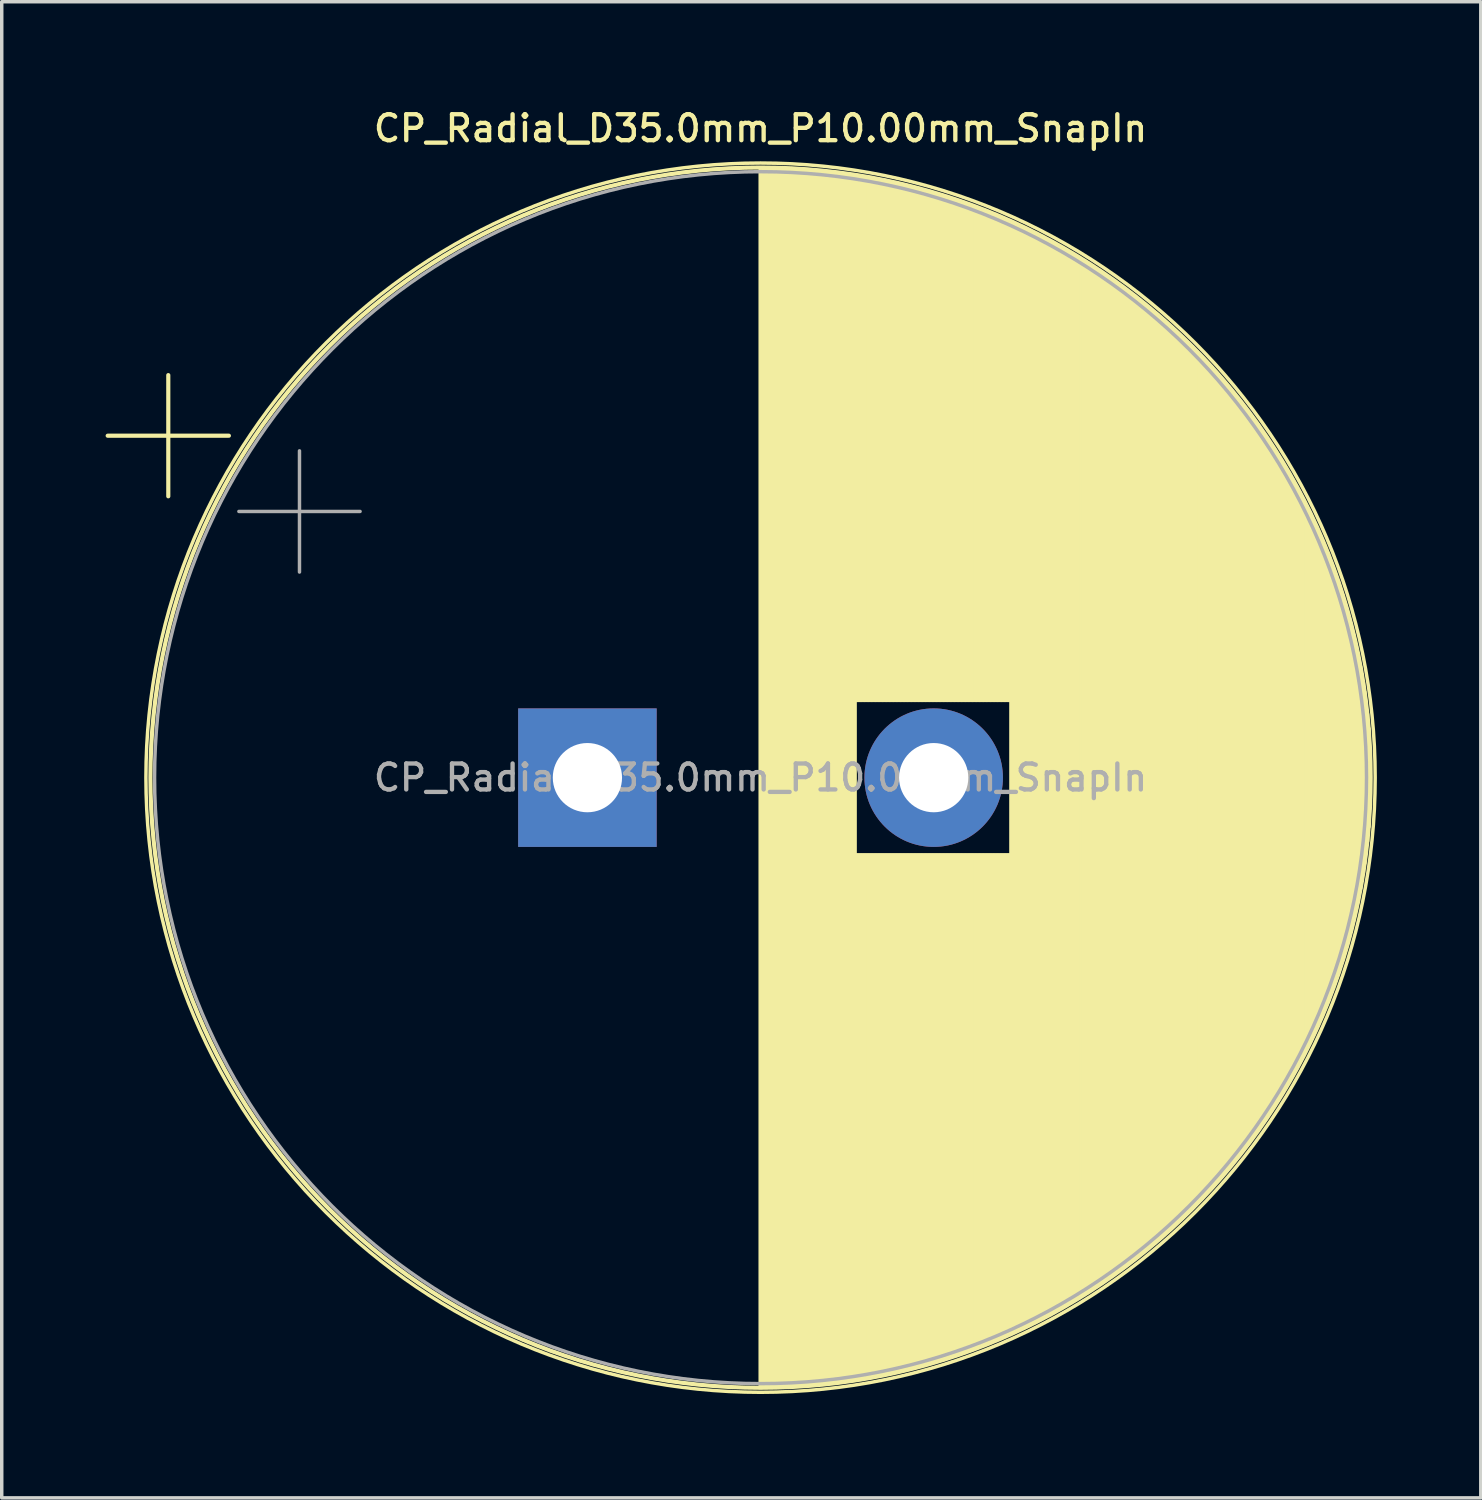
<source format=kicad_pcb>
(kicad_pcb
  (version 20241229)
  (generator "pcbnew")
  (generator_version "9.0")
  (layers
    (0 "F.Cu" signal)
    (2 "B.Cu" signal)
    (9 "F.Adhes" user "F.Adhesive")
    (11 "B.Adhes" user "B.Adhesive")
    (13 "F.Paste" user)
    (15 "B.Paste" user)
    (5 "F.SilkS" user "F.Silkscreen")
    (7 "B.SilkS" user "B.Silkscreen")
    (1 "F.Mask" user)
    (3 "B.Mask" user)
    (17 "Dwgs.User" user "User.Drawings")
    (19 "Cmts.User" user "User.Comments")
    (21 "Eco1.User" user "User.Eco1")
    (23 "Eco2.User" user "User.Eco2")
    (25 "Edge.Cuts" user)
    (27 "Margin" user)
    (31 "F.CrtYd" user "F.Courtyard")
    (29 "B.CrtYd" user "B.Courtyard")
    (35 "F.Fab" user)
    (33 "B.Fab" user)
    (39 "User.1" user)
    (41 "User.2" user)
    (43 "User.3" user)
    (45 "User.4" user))
  (footprint "CP_Radial_D35.0mm_P10.00mm_SnapIn"
    (layer "F.Cu")
    (at 13.914 19.408)
    (property "Reference" "CP_Radial_D35.0mm_P10.00mm_SnapIn" (at 5 -18.75 0) (layer "F.SilkS") (effects (font (size 0.75 0.75) (thickness 0.125))))
    (attr through_hole)
    (fp_line (start -13.854 -9.875) (end -10.354 -9.875) (stroke (width 0.12) (type solid)) (layer "F.SilkS"))
    (fp_line (start -12.104 -11.625) (end -12.104 -8.125) (stroke (width 0.12) (type solid)) (layer "F.SilkS"))
    (fp_line (start 5 -17.58) (end 5 17.58) (stroke (width 0.12) (type solid)) (layer "F.SilkS"))
    (fp_line (start 5.04 -17.58) (end 5.04 17.58) (stroke (width 0.12) (type solid)) (layer "F.SilkS"))
    (fp_line (start 5.08 -17.58) (end 5.08 17.58) (stroke (width 0.12) (type solid)) (layer "F.SilkS"))
    (fp_line (start 5.12 -17.58) (end 5.12 17.58) (stroke (width 0.12) (type solid)) (layer "F.SilkS"))
    (fp_line (start 5.16 -17.58) (end 5.16 17.58) (stroke (width 0.12) (type solid)) (layer "F.SilkS"))
    (fp_line (start 5.2 -17.579) (end 5.2 17.579) (stroke (width 0.12) (type solid)) (layer "F.SilkS"))
    (fp_line (start 5.24 -17.579) (end 5.24 17.579) (stroke (width 0.12) (type solid)) (layer "F.SilkS"))
    (fp_line (start 5.28 -17.578) (end 5.28 17.578) (stroke (width 0.12) (type solid)) (layer "F.SilkS"))
    (fp_line (start 5.32 -17.578) (end 5.32 17.578) (stroke (width 0.12) (type solid)) (layer "F.SilkS"))
    (fp_line (start 5.36 -17.577) (end 5.36 17.577) (stroke (width 0.12) (type solid)) (layer "F.SilkS"))
    (fp_line (start 5.4 -17.576) (end 5.4 17.576) (stroke (width 0.12) (type solid)) (layer "F.SilkS"))
    (fp_line (start 5.44 -17.575) (end 5.44 17.575) (stroke (width 0.12) (type solid)) (layer "F.SilkS"))
    (fp_line (start 5.48 -17.574) (end 5.48 17.574) (stroke (width 0.12) (type solid)) (layer "F.SilkS"))
    (fp_line (start 5.52 -17.573) (end 5.52 17.573) (stroke (width 0.12) (type solid)) (layer "F.SilkS"))
    (fp_line (start 5.56 -17.572) (end 5.56 17.572) (stroke (width 0.12) (type solid)) (layer "F.SilkS"))
    (fp_line (start 5.6 -17.57) (end 5.6 17.57) (stroke (width 0.12) (type solid)) (layer "F.SilkS"))
    (fp_line (start 5.64 -17.569) (end 5.64 17.569) (stroke (width 0.12) (type solid)) (layer "F.SilkS"))
    (fp_line (start 5.68 -17.567) (end 5.68 17.567) (stroke (width 0.12) (type solid)) (layer "F.SilkS"))
    (fp_line (start 5.721 -17.566) (end 5.721 17.566) (stroke (width 0.12) (type solid)) (layer "F.SilkS"))
    (fp_line (start 5.761 -17.564) (end 5.761 17.564) (stroke (width 0.12) (type solid)) (layer "F.SilkS"))
    (fp_line (start 5.801 -17.562) (end 5.801 17.562) (stroke (width 0.12) (type solid)) (layer "F.SilkS"))
    (fp_line (start 5.841 -17.56) (end 5.841 17.56) (stroke (width 0.12) (type solid)) (layer "F.SilkS"))
    (fp_line (start 5.881 -17.559) (end 5.881 17.559) (stroke (width 0.12) (type solid)) (layer "F.SilkS"))
    (fp_line (start 5.921 -17.556) (end 5.921 17.556) (stroke (width 0.12) (type solid)) (layer "F.SilkS"))
    (fp_line (start 5.961 -17.554) (end 5.961 17.554) (stroke (width 0.12) (type solid)) (layer "F.SilkS"))
    (fp_line (start 6.001 -17.552) (end 6.001 17.552) (stroke (width 0.12) (type solid)) (layer "F.SilkS"))
    (fp_line (start 6.041 -17.55) (end 6.041 17.55) (stroke (width 0.12) (type solid)) (layer "F.SilkS"))
    (fp_line (start 6.081 -17.547) (end 6.081 17.547) (stroke (width 0.12) (type solid)) (layer "F.SilkS"))
    (fp_line (start 6.121 -17.545) (end 6.121 17.545) (stroke (width 0.12) (type solid)) (layer "F.SilkS"))
    (fp_line (start 6.161 -17.542) (end 6.161 17.542) (stroke (width 0.12) (type solid)) (layer "F.SilkS"))
    (fp_line (start 6.201 -17.54) (end 6.201 17.54) (stroke (width 0.12) (type solid)) (layer "F.SilkS"))
    (fp_line (start 6.241 -17.537) (end 6.241 17.537) (stroke (width 0.12) (type solid)) (layer "F.SilkS"))
    (fp_line (start 6.281 -17.534) (end 6.281 17.534) (stroke (width 0.12) (type solid)) (layer "F.SilkS"))
    (fp_line (start 6.321 -17.531) (end 6.321 17.531) (stroke (width 0.12) (type solid)) (layer "F.SilkS"))
    (fp_line (start 6.361 -17.528) (end 6.361 17.528) (stroke (width 0.12) (type solid)) (layer "F.SilkS"))
    (fp_line (start 6.401 -17.525) (end 6.401 17.525) (stroke (width 0.12) (type solid)) (layer "F.SilkS"))
    (fp_line (start 6.441 -17.522) (end 6.441 17.522) (stroke (width 0.12) (type solid)) (layer "F.SilkS"))
    (fp_line (start 6.481 -17.518) (end 6.481 17.518) (stroke (width 0.12) (type solid)) (layer "F.SilkS"))
    (fp_line (start 6.521 -17.515) (end 6.521 17.515) (stroke (width 0.12) (type solid)) (layer "F.SilkS"))
    (fp_line (start 6.561 -17.511) (end 6.561 17.511) (stroke (width 0.12) (type solid)) (layer "F.SilkS"))
    (fp_line (start 6.601 -17.508) (end 6.601 17.508) (stroke (width 0.12) (type solid)) (layer "F.SilkS"))
    (fp_line (start 6.641 -17.504) (end 6.641 17.504) (stroke (width 0.12) (type solid)) (layer "F.SilkS"))
    (fp_line (start 6.681 -17.5) (end 6.681 17.5) (stroke (width 0.12) (type solid)) (layer "F.SilkS"))
    (fp_line (start 6.721 -17.496) (end 6.721 17.496) (stroke (width 0.12) (type solid)) (layer "F.SilkS"))
    (fp_line (start 6.761 -17.492) (end 6.761 17.492) (stroke (width 0.12) (type solid)) (layer "F.SilkS"))
    (fp_line (start 6.801 -17.488) (end 6.801 17.488) (stroke (width 0.12) (type solid)) (layer "F.SilkS"))
    (fp_line (start 6.841 -17.484) (end 6.841 17.484) (stroke (width 0.12) (type solid)) (layer "F.SilkS"))
    (fp_line (start 6.881 -17.48) (end 6.881 17.48) (stroke (width 0.12) (type solid)) (layer "F.SilkS"))
    (fp_line (start 6.921 -17.476) (end 6.921 17.476) (stroke (width 0.12) (type solid)) (layer "F.SilkS"))
    (fp_line (start 6.961 -17.471) (end 6.961 17.471) (stroke (width 0.12) (type solid)) (layer "F.SilkS"))
    (fp_line (start 7.001 -17.467) (end 7.001 17.467) (stroke (width 0.12) (type solid)) (layer "F.SilkS"))
    (fp_line (start 7.041 -17.462) (end 7.041 17.462) (stroke (width 0.12) (type solid)) (layer "F.SilkS"))
    (fp_line (start 7.081 -17.457) (end 7.081 17.457) (stroke (width 0.12) (type solid)) (layer "F.SilkS"))
    (fp_line (start 7.121 -17.452) (end 7.121 17.452) (stroke (width 0.12) (type solid)) (layer "F.SilkS"))
    (fp_line (start 7.161 -17.448) (end 7.161 17.448) (stroke (width 0.12) (type solid)) (layer "F.SilkS"))
    (fp_line (start 7.201 -17.443) (end 7.201 17.443) (stroke (width 0.12) (type solid)) (layer "F.SilkS"))
    (fp_line (start 7.241 -17.438) (end 7.241 17.438) (stroke (width 0.12) (type solid)) (layer "F.SilkS"))
    (fp_line (start 7.281 -17.432) (end 7.281 17.432) (stroke (width 0.12) (type solid)) (layer "F.SilkS"))
    (fp_line (start 7.321 -17.427) (end 7.321 17.427) (stroke (width 0.12) (type solid)) (layer "F.SilkS"))
    (fp_line (start 7.361 -17.422) (end 7.361 17.422) (stroke (width 0.12) (type solid)) (layer "F.SilkS"))
    (fp_line (start 7.401 -17.416) (end 7.401 17.416) (stroke (width 0.12) (type solid)) (layer "F.SilkS"))
    (fp_line (start 7.441 -17.411) (end 7.441 17.411) (stroke (width 0.12) (type solid)) (layer "F.SilkS"))
    (fp_line (start 7.481 -17.405) (end 7.481 17.405) (stroke (width 0.12) (type solid)) (layer "F.SilkS"))
    (fp_line (start 7.521 -17.399) (end 7.521 17.399) (stroke (width 0.12) (type solid)) (layer "F.SilkS"))
    (fp_line (start 7.561 -17.394) (end 7.561 17.394) (stroke (width 0.12) (type solid)) (layer "F.SilkS"))
    (fp_line (start 7.601 -17.388) (end 7.601 17.388) (stroke (width 0.12) (type solid)) (layer "F.SilkS"))
    (fp_line (start 7.641 -17.382) (end 7.641 17.382) (stroke (width 0.12) (type solid)) (layer "F.SilkS"))
    (fp_line (start 7.681 -17.375) (end 7.681 17.375) (stroke (width 0.12) (type solid)) (layer "F.SilkS"))
    (fp_line (start 7.721 -17.369) (end 7.721 17.369) (stroke (width 0.12) (type solid)) (layer "F.SilkS"))
    (fp_line (start 7.761 -17.363) (end 7.761 -2.24) (stroke (width 0.12) (type solid)) (layer "F.SilkS"))
    (fp_line (start 7.761 2.24) (end 7.761 17.363) (stroke (width 0.12) (type solid)) (layer "F.SilkS"))
    (fp_line (start 7.801 -17.357) (end 7.801 -2.24) (stroke (width 0.12) (type solid)) (layer "F.SilkS"))
    (fp_line (start 7.801 2.24) (end 7.801 17.357) (stroke (width 0.12) (type solid)) (layer "F.SilkS"))
    (fp_line (start 7.841 -17.35) (end 7.841 -2.24) (stroke (width 0.12) (type solid)) (layer "F.SilkS"))
    (fp_line (start 7.841 2.24) (end 7.841 17.35) (stroke (width 0.12) (type solid)) (layer "F.SilkS"))
    (fp_line (start 7.881 -17.344) (end 7.881 -2.24) (stroke (width 0.12) (type solid)) (layer "F.SilkS"))
    (fp_line (start 7.881 2.24) (end 7.881 17.344) (stroke (width 0.12) (type solid)) (layer "F.SilkS"))
    (fp_line (start 7.921 -17.337) (end 7.921 -2.24) (stroke (width 0.12) (type solid)) (layer "F.SilkS"))
    (fp_line (start 7.921 2.24) (end 7.921 17.337) (stroke (width 0.12) (type solid)) (layer "F.SilkS"))
    (fp_line (start 7.961 -17.33) (end 7.961 -2.24) (stroke (width 0.12) (type solid)) (layer "F.SilkS"))
    (fp_line (start 7.961 2.24) (end 7.961 17.33) (stroke (width 0.12) (type solid)) (layer "F.SilkS"))
    (fp_line (start 8.001 -17.323) (end 8.001 -2.24) (stroke (width 0.12) (type solid)) (layer "F.SilkS"))
    (fp_line (start 8.001 2.24) (end 8.001 17.323) (stroke (width 0.12) (type solid)) (layer "F.SilkS"))
    (fp_line (start 8.041 -17.316) (end 8.041 -2.24) (stroke (width 0.12) (type solid)) (layer "F.SilkS"))
    (fp_line (start 8.041 2.24) (end 8.041 17.316) (stroke (width 0.12) (type solid)) (layer "F.SilkS"))
    (fp_line (start 8.081 -17.309) (end 8.081 -2.24) (stroke (width 0.12) (type solid)) (layer "F.SilkS"))
    (fp_line (start 8.081 2.24) (end 8.081 17.309) (stroke (width 0.12) (type solid)) (layer "F.SilkS"))
    (fp_line (start 8.121 -17.302) (end 8.121 -2.24) (stroke (width 0.12) (type solid)) (layer "F.SilkS"))
    (fp_line (start 8.121 2.24) (end 8.121 17.302) (stroke (width 0.12) (type solid)) (layer "F.SilkS"))
    (fp_line (start 8.161 -17.295) (end 8.161 -2.24) (stroke (width 0.12) (type solid)) (layer "F.SilkS"))
    (fp_line (start 8.161 2.24) (end 8.161 17.295) (stroke (width 0.12) (type solid)) (layer "F.SilkS"))
    (fp_line (start 8.201 -17.287) (end 8.201 -2.24) (stroke (width 0.12) (type solid)) (layer "F.SilkS"))
    (fp_line (start 8.201 2.24) (end 8.201 17.287) (stroke (width 0.12) (type solid)) (layer "F.SilkS"))
    (fp_line (start 8.241 -17.28) (end 8.241 -2.24) (stroke (width 0.12) (type solid)) (layer "F.SilkS"))
    (fp_line (start 8.241 2.24) (end 8.241 17.28) (stroke (width 0.12) (type solid)) (layer "F.SilkS"))
    (fp_line (start 8.281 -17.273) (end 8.281 -2.24) (stroke (width 0.12) (type solid)) (layer "F.SilkS"))
    (fp_line (start 8.281 2.24) (end 8.281 17.273) (stroke (width 0.12) (type solid)) (layer "F.SilkS"))
    (fp_line (start 8.321 -17.265) (end 8.321 -2.24) (stroke (width 0.12) (type solid)) (layer "F.SilkS"))
    (fp_line (start 8.321 2.24) (end 8.321 17.265) (stroke (width 0.12) (type solid)) (layer "F.SilkS"))
    (fp_line (start 8.361 -17.257) (end 8.361 -2.24) (stroke (width 0.12) (type solid)) (layer "F.SilkS"))
    (fp_line (start 8.361 2.24) (end 8.361 17.257) (stroke (width 0.12) (type solid)) (layer "F.SilkS"))
    (fp_line (start 8.401 -17.249) (end 8.401 -2.24) (stroke (width 0.12) (type solid)) (layer "F.SilkS"))
    (fp_line (start 8.401 2.24) (end 8.401 17.249) (stroke (width 0.12) (type solid)) (layer "F.SilkS"))
    (fp_line (start 8.441 -17.241) (end 8.441 -2.24) (stroke (width 0.12) (type solid)) (layer "F.SilkS"))
    (fp_line (start 8.441 2.24) (end 8.441 17.241) (stroke (width 0.12) (type solid)) (layer "F.SilkS"))
    (fp_line (start 8.481 -17.233) (end 8.481 -2.24) (stroke (width 0.12) (type solid)) (layer "F.SilkS"))
    (fp_line (start 8.481 2.24) (end 8.481 17.233) (stroke (width 0.12) (type solid)) (layer "F.SilkS"))
    (fp_line (start 8.521 -17.225) (end 8.521 -2.24) (stroke (width 0.12) (type solid)) (layer "F.SilkS"))
    (fp_line (start 8.521 2.24) (end 8.521 17.225) (stroke (width 0.12) (type solid)) (layer "F.SilkS"))
    (fp_line (start 8.561 -17.217) (end 8.561 -2.24) (stroke (width 0.12) (type solid)) (layer "F.SilkS"))
    (fp_line (start 8.561 2.24) (end 8.561 17.217) (stroke (width 0.12) (type solid)) (layer "F.SilkS"))
    (fp_line (start 8.601 -17.209) (end 8.601 -2.24) (stroke (width 0.12) (type solid)) (layer "F.SilkS"))
    (fp_line (start 8.601 2.24) (end 8.601 17.209) (stroke (width 0.12) (type solid)) (layer "F.SilkS"))
    (fp_line (start 8.641 -17.2) (end 8.641 -2.24) (stroke (width 0.12) (type solid)) (layer "F.SilkS"))
    (fp_line (start 8.641 2.24) (end 8.641 17.2) (stroke (width 0.12) (type solid)) (layer "F.SilkS"))
    (fp_line (start 8.681 -17.192) (end 8.681 -2.24) (stroke (width 0.12) (type solid)) (layer "F.SilkS"))
    (fp_line (start 8.681 2.24) (end 8.681 17.192) (stroke (width 0.12) (type solid)) (layer "F.SilkS"))
    (fp_line (start 8.721 -17.183) (end 8.721 -2.24) (stroke (width 0.12) (type solid)) (layer "F.SilkS"))
    (fp_line (start 8.721 2.24) (end 8.721 17.183) (stroke (width 0.12) (type solid)) (layer "F.SilkS"))
    (fp_line (start 8.761 -17.175) (end 8.761 -2.24) (stroke (width 0.12) (type solid)) (layer "F.SilkS"))
    (fp_line (start 8.761 2.24) (end 8.761 17.175) (stroke (width 0.12) (type solid)) (layer "F.SilkS"))
    (fp_line (start 8.801 -17.166) (end 8.801 -2.24) (stroke (width 0.12) (type solid)) (layer "F.SilkS"))
    (fp_line (start 8.801 2.24) (end 8.801 17.166) (stroke (width 0.12) (type solid)) (layer "F.SilkS"))
    (fp_line (start 8.841 -17.157) (end 8.841 -2.24) (stroke (width 0.12) (type solid)) (layer "F.SilkS"))
    (fp_line (start 8.841 2.24) (end 8.841 17.157) (stroke (width 0.12) (type solid)) (layer "F.SilkS"))
    (fp_line (start 8.881 -17.148) (end 8.881 -2.24) (stroke (width 0.12) (type solid)) (layer "F.SilkS"))
    (fp_line (start 8.881 2.24) (end 8.881 17.148) (stroke (width 0.12) (type solid)) (layer "F.SilkS"))
    (fp_line (start 8.921 -17.139) (end 8.921 -2.24) (stroke (width 0.12) (type solid)) (layer "F.SilkS"))
    (fp_line (start 8.921 2.24) (end 8.921 17.139) (stroke (width 0.12) (type solid)) (layer "F.SilkS"))
    (fp_line (start 8.961 -17.13) (end 8.961 -2.24) (stroke (width 0.12) (type solid)) (layer "F.SilkS"))
    (fp_line (start 8.961 2.24) (end 8.961 17.13) (stroke (width 0.12) (type solid)) (layer "F.SilkS"))
    (fp_line (start 9.001 -17.12) (end 9.001 -2.24) (stroke (width 0.12) (type solid)) (layer "F.SilkS"))
    (fp_line (start 9.001 2.24) (end 9.001 17.12) (stroke (width 0.12) (type solid)) (layer "F.SilkS"))
    (fp_line (start 9.041 -17.111) (end 9.041 -2.24) (stroke (width 0.12) (type solid)) (layer "F.SilkS"))
    (fp_line (start 9.041 2.24) (end 9.041 17.111) (stroke (width 0.12) (type solid)) (layer "F.SilkS"))
    (fp_line (start 9.081 -17.102) (end 9.081 -2.24) (stroke (width 0.12) (type solid)) (layer "F.SilkS"))
    (fp_line (start 9.081 2.24) (end 9.081 17.102) (stroke (width 0.12) (type solid)) (layer "F.SilkS"))
    (fp_line (start 9.121 -17.092) (end 9.121 -2.24) (stroke (width 0.12) (type solid)) (layer "F.SilkS"))
    (fp_line (start 9.121 2.24) (end 9.121 17.092) (stroke (width 0.12) (type solid)) (layer "F.SilkS"))
    (fp_line (start 9.161 -17.082) (end 9.161 -2.24) (stroke (width 0.12) (type solid)) (layer "F.SilkS"))
    (fp_line (start 9.161 2.24) (end 9.161 17.082) (stroke (width 0.12) (type solid)) (layer "F.SilkS"))
    (fp_line (start 9.201 -17.073) (end 9.201 -2.24) (stroke (width 0.12) (type solid)) (layer "F.SilkS"))
    (fp_line (start 9.201 2.24) (end 9.201 17.073) (stroke (width 0.12) (type solid)) (layer "F.SilkS"))
    (fp_line (start 9.241 -17.063) (end 9.241 -2.24) (stroke (width 0.12) (type solid)) (layer "F.SilkS"))
    (fp_line (start 9.241 2.24) (end 9.241 17.063) (stroke (width 0.12) (type solid)) (layer "F.SilkS"))
    (fp_line (start 9.281 -17.053) (end 9.281 -2.24) (stroke (width 0.12) (type solid)) (layer "F.SilkS"))
    (fp_line (start 9.281 2.24) (end 9.281 17.053) (stroke (width 0.12) (type solid)) (layer "F.SilkS"))
    (fp_line (start 9.321 -17.043) (end 9.321 -2.24) (stroke (width 0.12) (type solid)) (layer "F.SilkS"))
    (fp_line (start 9.321 2.24) (end 9.321 17.043) (stroke (width 0.12) (type solid)) (layer "F.SilkS"))
    (fp_line (start 9.361 -17.033) (end 9.361 -2.24) (stroke (width 0.12) (type solid)) (layer "F.SilkS"))
    (fp_line (start 9.361 2.24) (end 9.361 17.033) (stroke (width 0.12) (type solid)) (layer "F.SilkS"))
    (fp_line (start 9.401 -17.022) (end 9.401 -2.24) (stroke (width 0.12) (type solid)) (layer "F.SilkS"))
    (fp_line (start 9.401 2.24) (end 9.401 17.022) (stroke (width 0.12) (type solid)) (layer "F.SilkS"))
    (fp_line (start 9.441 -17.012) (end 9.441 -2.24) (stroke (width 0.12) (type solid)) (layer "F.SilkS"))
    (fp_line (start 9.441 2.24) (end 9.441 17.012) (stroke (width 0.12) (type solid)) (layer "F.SilkS"))
    (fp_line (start 9.481 -17.001) (end 9.481 -2.24) (stroke (width 0.12) (type solid)) (layer "F.SilkS"))
    (fp_line (start 9.481 2.24) (end 9.481 17.001) (stroke (width 0.12) (type solid)) (layer "F.SilkS"))
    (fp_line (start 9.521 -16.991) (end 9.521 -2.24) (stroke (width 0.12) (type solid)) (layer "F.SilkS"))
    (fp_line (start 9.521 2.24) (end 9.521 16.991) (stroke (width 0.12) (type solid)) (layer "F.SilkS"))
    (fp_line (start 9.561 -16.98) (end 9.561 -2.24) (stroke (width 0.12) (type solid)) (layer "F.SilkS"))
    (fp_line (start 9.561 2.24) (end 9.561 16.98) (stroke (width 0.12) (type solid)) (layer "F.SilkS"))
    (fp_line (start 9.601 -16.969) (end 9.601 -2.24) (stroke (width 0.12) (type solid)) (layer "F.SilkS"))
    (fp_line (start 9.601 2.24) (end 9.601 16.969) (stroke (width 0.12) (type solid)) (layer "F.SilkS"))
    (fp_line (start 9.641 -16.959) (end 9.641 -2.24) (stroke (width 0.12) (type solid)) (layer "F.SilkS"))
    (fp_line (start 9.641 2.24) (end 9.641 16.959) (stroke (width 0.12) (type solid)) (layer "F.SilkS"))
    (fp_line (start 9.681 -16.948) (end 9.681 -2.24) (stroke (width 0.12) (type solid)) (layer "F.SilkS"))
    (fp_line (start 9.681 2.24) (end 9.681 16.948) (stroke (width 0.12) (type solid)) (layer "F.SilkS"))
    (fp_line (start 9.721 -16.937) (end 9.721 -2.24) (stroke (width 0.12) (type solid)) (layer "F.SilkS"))
    (fp_line (start 9.721 2.24) (end 9.721 16.937) (stroke (width 0.12) (type solid)) (layer "F.SilkS"))
    (fp_line (start 9.761 -16.925) (end 9.761 -2.24) (stroke (width 0.12) (type solid)) (layer "F.SilkS"))
    (fp_line (start 9.761 2.24) (end 9.761 16.925) (stroke (width 0.12) (type solid)) (layer "F.SilkS"))
    (fp_line (start 9.801 -16.914) (end 9.801 -2.24) (stroke (width 0.12) (type solid)) (layer "F.SilkS"))
    (fp_line (start 9.801 2.24) (end 9.801 16.914) (stroke (width 0.12) (type solid)) (layer "F.SilkS"))
    (fp_line (start 9.841 -16.903) (end 9.841 -2.24) (stroke (width 0.12) (type solid)) (layer "F.SilkS"))
    (fp_line (start 9.841 2.24) (end 9.841 16.903) (stroke (width 0.12) (type solid)) (layer "F.SilkS"))
    (fp_line (start 9.881 -16.891) (end 9.881 -2.24) (stroke (width 0.12) (type solid)) (layer "F.SilkS"))
    (fp_line (start 9.881 2.24) (end 9.881 16.891) (stroke (width 0.12) (type solid)) (layer "F.SilkS"))
    (fp_line (start 9.921 -16.88) (end 9.921 -2.24) (stroke (width 0.12) (type solid)) (layer "F.SilkS"))
    (fp_line (start 9.921 2.24) (end 9.921 16.88) (stroke (width 0.12) (type solid)) (layer "F.SilkS"))
    (fp_line (start 9.961 -16.868) (end 9.961 -2.24) (stroke (width 0.12) (type solid)) (layer "F.SilkS"))
    (fp_line (start 9.961 2.24) (end 9.961 16.868) (stroke (width 0.12) (type solid)) (layer "F.SilkS"))
    (fp_line (start 10.001 -16.856) (end 10.001 -2.24) (stroke (width 0.12) (type solid)) (layer "F.SilkS"))
    (fp_line (start 10.001 2.24) (end 10.001 16.856) (stroke (width 0.12) (type solid)) (layer "F.SilkS"))
    (fp_line (start 10.041 -16.844) (end 10.041 -2.24) (stroke (width 0.12) (type solid)) (layer "F.SilkS"))
    (fp_line (start 10.041 2.24) (end 10.041 16.844) (stroke (width 0.12) (type solid)) (layer "F.SilkS"))
    (fp_line (start 10.081 -16.832) (end 10.081 -2.24) (stroke (width 0.12) (type solid)) (layer "F.SilkS"))
    (fp_line (start 10.081 2.24) (end 10.081 16.832) (stroke (width 0.12) (type solid)) (layer "F.SilkS"))
    (fp_line (start 10.121 -16.82) (end 10.121 -2.24) (stroke (width 0.12) (type solid)) (layer "F.SilkS"))
    (fp_line (start 10.121 2.24) (end 10.121 16.82) (stroke (width 0.12) (type solid)) (layer "F.SilkS"))
    (fp_line (start 10.161 -16.808) (end 10.161 -2.24) (stroke (width 0.12) (type solid)) (layer "F.SilkS"))
    (fp_line (start 10.161 2.24) (end 10.161 16.808) (stroke (width 0.12) (type solid)) (layer "F.SilkS"))
    (fp_line (start 10.201 -16.796) (end 10.201 -2.24) (stroke (width 0.12) (type solid)) (layer "F.SilkS"))
    (fp_line (start 10.201 2.24) (end 10.201 16.796) (stroke (width 0.12) (type solid)) (layer "F.SilkS"))
    (fp_line (start 10.241 -16.783) (end 10.241 -2.24) (stroke (width 0.12) (type solid)) (layer "F.SilkS"))
    (fp_line (start 10.241 2.24) (end 10.241 16.783) (stroke (width 0.12) (type solid)) (layer "F.SilkS"))
    (fp_line (start 10.281 -16.771) (end 10.281 -2.24) (stroke (width 0.12) (type solid)) (layer "F.SilkS"))
    (fp_line (start 10.281 2.24) (end 10.281 16.771) (stroke (width 0.12) (type solid)) (layer "F.SilkS"))
    (fp_line (start 10.321 -16.758) (end 10.321 -2.24) (stroke (width 0.12) (type solid)) (layer "F.SilkS"))
    (fp_line (start 10.321 2.24) (end 10.321 16.758) (stroke (width 0.12) (type solid)) (layer "F.SilkS"))
    (fp_line (start 10.361 -16.745) (end 10.361 -2.24) (stroke (width 0.12) (type solid)) (layer "F.SilkS"))
    (fp_line (start 10.361 2.24) (end 10.361 16.745) (stroke (width 0.12) (type solid)) (layer "F.SilkS"))
    (fp_line (start 10.401 -16.733) (end 10.401 -2.24) (stroke (width 0.12) (type solid)) (layer "F.SilkS"))
    (fp_line (start 10.401 2.24) (end 10.401 16.733) (stroke (width 0.12) (type solid)) (layer "F.SilkS"))
    (fp_line (start 10.441 -16.72) (end 10.441 -2.24) (stroke (width 0.12) (type solid)) (layer "F.SilkS"))
    (fp_line (start 10.441 2.24) (end 10.441 16.72) (stroke (width 0.12) (type solid)) (layer "F.SilkS"))
    (fp_line (start 10.481 -16.707) (end 10.481 -2.24) (stroke (width 0.12) (type solid)) (layer "F.SilkS"))
    (fp_line (start 10.481 2.24) (end 10.481 16.707) (stroke (width 0.12) (type solid)) (layer "F.SilkS"))
    (fp_line (start 10.521 -16.694) (end 10.521 -2.24) (stroke (width 0.12) (type solid)) (layer "F.SilkS"))
    (fp_line (start 10.521 2.24) (end 10.521 16.694) (stroke (width 0.12) (type solid)) (layer "F.SilkS"))
    (fp_line (start 10.561 -16.68) (end 10.561 -2.24) (stroke (width 0.12) (type solid)) (layer "F.SilkS"))
    (fp_line (start 10.561 2.24) (end 10.561 16.68) (stroke (width 0.12) (type solid)) (layer "F.SilkS"))
    (fp_line (start 10.601 -16.667) (end 10.601 -2.24) (stroke (width 0.12) (type solid)) (layer "F.SilkS"))
    (fp_line (start 10.601 2.24) (end 10.601 16.667) (stroke (width 0.12) (type solid)) (layer "F.SilkS"))
    (fp_line (start 10.641 -16.653) (end 10.641 -2.24) (stroke (width 0.12) (type solid)) (layer "F.SilkS"))
    (fp_line (start 10.641 2.24) (end 10.641 16.653) (stroke (width 0.12) (type solid)) (layer "F.SilkS"))
    (fp_line (start 10.681 -16.64) (end 10.681 -2.24) (stroke (width 0.12) (type solid)) (layer "F.SilkS"))
    (fp_line (start 10.681 2.24) (end 10.681 16.64) (stroke (width 0.12) (type solid)) (layer "F.SilkS"))
    (fp_line (start 10.721 -16.626) (end 10.721 -2.24) (stroke (width 0.12) (type solid)) (layer "F.SilkS"))
    (fp_line (start 10.721 2.24) (end 10.721 16.626) (stroke (width 0.12) (type solid)) (layer "F.SilkS"))
    (fp_line (start 10.761 -16.612) (end 10.761 -2.24) (stroke (width 0.12) (type solid)) (layer "F.SilkS"))
    (fp_line (start 10.761 2.24) (end 10.761 16.612) (stroke (width 0.12) (type solid)) (layer "F.SilkS"))
    (fp_line (start 10.801 -16.599) (end 10.801 -2.24) (stroke (width 0.12) (type solid)) (layer "F.SilkS"))
    (fp_line (start 10.801 2.24) (end 10.801 16.599) (stroke (width 0.12) (type solid)) (layer "F.SilkS"))
    (fp_line (start 10.841 -16.585) (end 10.841 -2.24) (stroke (width 0.12) (type solid)) (layer "F.SilkS"))
    (fp_line (start 10.841 2.24) (end 10.841 16.585) (stroke (width 0.12) (type solid)) (layer "F.SilkS"))
    (fp_line (start 10.881 -16.57) (end 10.881 -2.24) (stroke (width 0.12) (type solid)) (layer "F.SilkS"))
    (fp_line (start 10.881 2.24) (end 10.881 16.57) (stroke (width 0.12) (type solid)) (layer "F.SilkS"))
    (fp_line (start 10.921 -16.556) (end 10.921 -2.24) (stroke (width 0.12) (type solid)) (layer "F.SilkS"))
    (fp_line (start 10.921 2.24) (end 10.921 16.556) (stroke (width 0.12) (type solid)) (layer "F.SilkS"))
    (fp_line (start 10.961 -16.542) (end 10.961 -2.24) (stroke (width 0.12) (type solid)) (layer "F.SilkS"))
    (fp_line (start 10.961 2.24) (end 10.961 16.542) (stroke (width 0.12) (type solid)) (layer "F.SilkS"))
    (fp_line (start 11.001 -16.527) (end 11.001 -2.24) (stroke (width 0.12) (type solid)) (layer "F.SilkS"))
    (fp_line (start 11.001 2.24) (end 11.001 16.527) (stroke (width 0.12) (type solid)) (layer "F.SilkS"))
    (fp_line (start 11.041 -16.513) (end 11.041 -2.24) (stroke (width 0.12) (type solid)) (layer "F.SilkS"))
    (fp_line (start 11.041 2.24) (end 11.041 16.513) (stroke (width 0.12) (type solid)) (layer "F.SilkS"))
    (fp_line (start 11.081 -16.498) (end 11.081 -2.24) (stroke (width 0.12) (type solid)) (layer "F.SilkS"))
    (fp_line (start 11.081 2.24) (end 11.081 16.498) (stroke (width 0.12) (type solid)) (layer "F.SilkS"))
    (fp_line (start 11.121 -16.484) (end 11.121 -2.24) (stroke (width 0.12) (type solid)) (layer "F.SilkS"))
    (fp_line (start 11.121 2.24) (end 11.121 16.484) (stroke (width 0.12) (type solid)) (layer "F.SilkS"))
    (fp_line (start 11.161 -16.469) (end 11.161 -2.24) (stroke (width 0.12) (type solid)) (layer "F.SilkS"))
    (fp_line (start 11.161 2.24) (end 11.161 16.469) (stroke (width 0.12) (type solid)) (layer "F.SilkS"))
    (fp_line (start 11.201 -16.454) (end 11.201 -2.24) (stroke (width 0.12) (type solid)) (layer "F.SilkS"))
    (fp_line (start 11.201 2.24) (end 11.201 16.454) (stroke (width 0.12) (type solid)) (layer "F.SilkS"))
    (fp_line (start 11.241 -16.439) (end 11.241 -2.24) (stroke (width 0.12) (type solid)) (layer "F.SilkS"))
    (fp_line (start 11.241 2.24) (end 11.241 16.439) (stroke (width 0.12) (type solid)) (layer "F.SilkS"))
    (fp_line (start 11.281 -16.423) (end 11.281 -2.24) (stroke (width 0.12) (type solid)) (layer "F.SilkS"))
    (fp_line (start 11.281 2.24) (end 11.281 16.423) (stroke (width 0.12) (type solid)) (layer "F.SilkS"))
    (fp_line (start 11.321 -16.408) (end 11.321 -2.24) (stroke (width 0.12) (type solid)) (layer "F.SilkS"))
    (fp_line (start 11.321 2.24) (end 11.321 16.408) (stroke (width 0.12) (type solid)) (layer "F.SilkS"))
    (fp_line (start 11.361 -16.393) (end 11.361 -2.24) (stroke (width 0.12) (type solid)) (layer "F.SilkS"))
    (fp_line (start 11.361 2.24) (end 11.361 16.393) (stroke (width 0.12) (type solid)) (layer "F.SilkS"))
    (fp_line (start 11.401 -16.377) (end 11.401 -2.24) (stroke (width 0.12) (type solid)) (layer "F.SilkS"))
    (fp_line (start 11.401 2.24) (end 11.401 16.377) (stroke (width 0.12) (type solid)) (layer "F.SilkS"))
    (fp_line (start 11.441 -16.361) (end 11.441 -2.24) (stroke (width 0.12) (type solid)) (layer "F.SilkS"))
    (fp_line (start 11.441 2.24) (end 11.441 16.361) (stroke (width 0.12) (type solid)) (layer "F.SilkS"))
    (fp_line (start 11.481 -16.346) (end 11.481 -2.24) (stroke (width 0.12) (type solid)) (layer "F.SilkS"))
    (fp_line (start 11.481 2.24) (end 11.481 16.346) (stroke (width 0.12) (type solid)) (layer "F.SilkS"))
    (fp_line (start 11.521 -16.33) (end 11.521 -2.24) (stroke (width 0.12) (type solid)) (layer "F.SilkS"))
    (fp_line (start 11.521 2.24) (end 11.521 16.33) (stroke (width 0.12) (type solid)) (layer "F.SilkS"))
    (fp_line (start 11.561 -16.314) (end 11.561 -2.24) (stroke (width 0.12) (type solid)) (layer "F.SilkS"))
    (fp_line (start 11.561 2.24) (end 11.561 16.314) (stroke (width 0.12) (type solid)) (layer "F.SilkS"))
    (fp_line (start 11.601 -16.298) (end 11.601 -2.24) (stroke (width 0.12) (type solid)) (layer "F.SilkS"))
    (fp_line (start 11.601 2.24) (end 11.601 16.298) (stroke (width 0.12) (type solid)) (layer "F.SilkS"))
    (fp_line (start 11.641 -16.281) (end 11.641 -2.24) (stroke (width 0.12) (type solid)) (layer "F.SilkS"))
    (fp_line (start 11.641 2.24) (end 11.641 16.281) (stroke (width 0.12) (type solid)) (layer "F.SilkS"))
    (fp_line (start 11.681 -16.265) (end 11.681 -2.24) (stroke (width 0.12) (type solid)) (layer "F.SilkS"))
    (fp_line (start 11.681 2.24) (end 11.681 16.265) (stroke (width 0.12) (type solid)) (layer "F.SilkS"))
    (fp_line (start 11.721 -16.249) (end 11.721 -2.24) (stroke (width 0.12) (type solid)) (layer "F.SilkS"))
    (fp_line (start 11.721 2.24) (end 11.721 16.249) (stroke (width 0.12) (type solid)) (layer "F.SilkS"))
    (fp_line (start 11.761 -16.232) (end 11.761 -2.24) (stroke (width 0.12) (type solid)) (layer "F.SilkS"))
    (fp_line (start 11.761 2.24) (end 11.761 16.232) (stroke (width 0.12) (type solid)) (layer "F.SilkS"))
    (fp_line (start 11.801 -16.215) (end 11.801 -2.24) (stroke (width 0.12) (type solid)) (layer "F.SilkS"))
    (fp_line (start 11.801 2.24) (end 11.801 16.215) (stroke (width 0.12) (type solid)) (layer "F.SilkS"))
    (fp_line (start 11.841 -16.199) (end 11.841 -2.24) (stroke (width 0.12) (type solid)) (layer "F.SilkS"))
    (fp_line (start 11.841 2.24) (end 11.841 16.199) (stroke (width 0.12) (type solid)) (layer "F.SilkS"))
    (fp_line (start 11.881 -16.182) (end 11.881 -2.24) (stroke (width 0.12) (type solid)) (layer "F.SilkS"))
    (fp_line (start 11.881 2.24) (end 11.881 16.182) (stroke (width 0.12) (type solid)) (layer "F.SilkS"))
    (fp_line (start 11.921 -16.165) (end 11.921 -2.24) (stroke (width 0.12) (type solid)) (layer "F.SilkS"))
    (fp_line (start 11.921 2.24) (end 11.921 16.165) (stroke (width 0.12) (type solid)) (layer "F.SilkS"))
    (fp_line (start 11.961 -16.148) (end 11.961 -2.24) (stroke (width 0.12) (type solid)) (layer "F.SilkS"))
    (fp_line (start 11.961 2.24) (end 11.961 16.148) (stroke (width 0.12) (type solid)) (layer "F.SilkS"))
    (fp_line (start 12.001 -16.13) (end 12.001 -2.24) (stroke (width 0.12) (type solid)) (layer "F.SilkS"))
    (fp_line (start 12.001 2.24) (end 12.001 16.13) (stroke (width 0.12) (type solid)) (layer "F.SilkS"))
    (fp_line (start 12.041 -16.113) (end 12.041 -2.24) (stroke (width 0.12) (type solid)) (layer "F.SilkS"))
    (fp_line (start 12.041 2.24) (end 12.041 16.113) (stroke (width 0.12) (type solid)) (layer "F.SilkS"))
    (fp_line (start 12.081 -16.095) (end 12.081 -2.24) (stroke (width 0.12) (type solid)) (layer "F.SilkS"))
    (fp_line (start 12.081 2.24) (end 12.081 16.095) (stroke (width 0.12) (type solid)) (layer "F.SilkS"))
    (fp_line (start 12.121 -16.078) (end 12.121 -2.24) (stroke (width 0.12) (type solid)) (layer "F.SilkS"))
    (fp_line (start 12.121 2.24) (end 12.121 16.078) (stroke (width 0.12) (type solid)) (layer "F.SilkS"))
    (fp_line (start 12.161 -16.06) (end 12.161 -2.24) (stroke (width 0.12) (type solid)) (layer "F.SilkS"))
    (fp_line (start 12.161 2.24) (end 12.161 16.06) (stroke (width 0.12) (type solid)) (layer "F.SilkS"))
    (fp_line (start 12.201 -16.042) (end 12.201 -2.24) (stroke (width 0.12) (type solid)) (layer "F.SilkS"))
    (fp_line (start 12.201 2.24) (end 12.201 16.042) (stroke (width 0.12) (type solid)) (layer "F.SilkS"))
    (fp_line (start 12.241 -16.024) (end 12.241 16.024) (stroke (width 0.12) (type solid)) (layer "F.SilkS"))
    (fp_line (start 12.281 -16.006) (end 12.281 16.006) (stroke (width 0.12) (type solid)) (layer "F.SilkS"))
    (fp_line (start 12.321 -15.988) (end 12.321 15.988) (stroke (width 0.12) (type solid)) (layer "F.SilkS"))
    (fp_line (start 12.361 -15.97) (end 12.361 15.97) (stroke (width 0.12) (type solid)) (layer "F.SilkS"))
    (fp_line (start 12.401 -15.951) (end 12.401 15.951) (stroke (width 0.12) (type solid)) (layer "F.SilkS"))
    (fp_line (start 12.441 -15.933) (end 12.441 15.933) (stroke (width 0.12) (type solid)) (layer "F.SilkS"))
    (fp_line (start 12.481 -15.914) (end 12.481 15.914) (stroke (width 0.12) (type solid)) (layer "F.SilkS"))
    (fp_line (start 12.521 -15.895) (end 12.521 15.895) (stroke (width 0.12) (type solid)) (layer "F.SilkS"))
    (fp_line (start 12.561 -15.876) (end 12.561 15.876) (stroke (width 0.12) (type solid)) (layer "F.SilkS"))
    (fp_line (start 12.601 -15.857) (end 12.601 15.857) (stroke (width 0.12) (type solid)) (layer "F.SilkS"))
    (fp_line (start 12.641 -15.838) (end 12.641 15.838) (stroke (width 0.12) (type solid)) (layer "F.SilkS"))
    (fp_line (start 12.681 -15.819) (end 12.681 15.819) (stroke (width 0.12) (type solid)) (layer "F.SilkS"))
    (fp_line (start 12.721 -15.799) (end 12.721 15.799) (stroke (width 0.12) (type solid)) (layer "F.SilkS"))
    (fp_line (start 12.761 -15.78) (end 12.761 15.78) (stroke (width 0.12) (type solid)) (layer "F.SilkS"))
    (fp_line (start 12.801 -15.76) (end 12.801 15.76) (stroke (width 0.12) (type solid)) (layer "F.SilkS"))
    (fp_line (start 12.841 -15.74) (end 12.841 15.74) (stroke (width 0.12) (type solid)) (layer "F.SilkS"))
    (fp_line (start 12.881 -15.72) (end 12.881 15.72) (stroke (width 0.12) (type solid)) (layer "F.SilkS"))
    (fp_line (start 12.921 -15.7) (end 12.921 15.7) (stroke (width 0.12) (type solid)) (layer "F.SilkS"))
    (fp_line (start 12.961 -15.68) (end 12.961 15.68) (stroke (width 0.12) (type solid)) (layer "F.SilkS"))
    (fp_line (start 13.001 -15.66) (end 13.001 15.66) (stroke (width 0.12) (type solid)) (layer "F.SilkS"))
    (fp_line (start 13.041 -15.639) (end 13.041 15.639) (stroke (width 0.12) (type solid)) (layer "F.SilkS"))
    (fp_line (start 13.081 -15.619) (end 13.081 15.619) (stroke (width 0.12) (type solid)) (layer "F.SilkS"))
    (fp_line (start 13.121 -15.598) (end 13.121 15.598) (stroke (width 0.12) (type solid)) (layer "F.SilkS"))
    (fp_line (start 13.161 -15.577) (end 13.161 15.577) (stroke (width 0.12) (type solid)) (layer "F.SilkS"))
    (fp_line (start 13.2 -15.556) (end 13.2 15.556) (stroke (width 0.12) (type solid)) (layer "F.SilkS"))
    (fp_line (start 13.24 -15.535) (end 13.24 15.535) (stroke (width 0.12) (type solid)) (layer "F.SilkS"))
    (fp_line (start 13.28 -15.514) (end 13.28 15.514) (stroke (width 0.12) (type solid)) (layer "F.SilkS"))
    (fp_line (start 13.32 -15.492) (end 13.32 15.492) (stroke (width 0.12) (type solid)) (layer "F.SilkS"))
    (fp_line (start 13.36 -15.471) (end 13.36 15.471) (stroke (width 0.12) (type solid)) (layer "F.SilkS"))
    (fp_line (start 13.4 -15.449) (end 13.4 15.449) (stroke (width 0.12) (type solid)) (layer "F.SilkS"))
    (fp_line (start 13.44 -15.428) (end 13.44 15.428) (stroke (width 0.12) (type solid)) (layer "F.SilkS"))
    (fp_line (start 13.48 -15.406) (end 13.48 15.406) (stroke (width 0.12) (type solid)) (layer "F.SilkS"))
    (fp_line (start 13.52 -15.384) (end 13.52 15.384) (stroke (width 0.12) (type solid)) (layer "F.SilkS"))
    (fp_line (start 13.56 -15.361) (end 13.56 15.361) (stroke (width 0.12) (type solid)) (layer "F.SilkS"))
    (fp_line (start 13.6 -15.339) (end 13.6 15.339) (stroke (width 0.12) (type solid)) (layer "F.SilkS"))
    (fp_line (start 13.64 -15.317) (end 13.64 15.317) (stroke (width 0.12) (type solid)) (layer "F.SilkS"))
    (fp_line (start 13.68 -15.294) (end 13.68 15.294) (stroke (width 0.12) (type solid)) (layer "F.SilkS"))
    (fp_line (start 13.72 -15.271) (end 13.72 15.271) (stroke (width 0.12) (type solid)) (layer "F.SilkS"))
    (fp_line (start 13.76 -15.249) (end 13.76 15.249) (stroke (width 0.12) (type solid)) (layer "F.SilkS"))
    (fp_line (start 13.8 -15.226) (end 13.8 15.226) (stroke (width 0.12) (type solid)) (layer "F.SilkS"))
    (fp_line (start 13.84 -15.203) (end 13.84 15.203) (stroke (width 0.12) (type solid)) (layer "F.SilkS"))
    (fp_line (start 13.88 -15.179) (end 13.88 15.179) (stroke (width 0.12) (type solid)) (layer "F.SilkS"))
    (fp_line (start 13.92 -15.156) (end 13.92 15.156) (stroke (width 0.12) (type solid)) (layer "F.SilkS"))
    (fp_line (start 13.96 -15.132) (end 13.96 15.132) (stroke (width 0.12) (type solid)) (layer "F.SilkS"))
    (fp_line (start 14 -15.109) (end 14 15.109) (stroke (width 0.12) (type solid)) (layer "F.SilkS"))
    (fp_line (start 14.04 -15.085) (end 14.04 15.085) (stroke (width 0.12) (type solid)) (layer "F.SilkS"))
    (fp_line (start 14.08 -15.061) (end 14.08 15.061) (stroke (width 0.12) (type solid)) (layer "F.SilkS"))
    (fp_line (start 14.12 -15.037) (end 14.12 15.037) (stroke (width 0.12) (type solid)) (layer "F.SilkS"))
    (fp_line (start 14.16 -15.012) (end 14.16 15.012) (stroke (width 0.12) (type solid)) (layer "F.SilkS"))
    (fp_line (start 14.2 -14.988) (end 14.2 14.988) (stroke (width 0.12) (type solid)) (layer "F.SilkS"))
    (fp_line (start 14.24 -14.963) (end 14.24 14.963) (stroke (width 0.12) (type solid)) (layer "F.SilkS"))
    (fp_line (start 14.28 -14.939) (end 14.28 14.939) (stroke (width 0.12) (type solid)) (layer "F.SilkS"))
    (fp_line (start 14.32 -14.914) (end 14.32 14.914) (stroke (width 0.12) (type solid)) (layer "F.SilkS"))
    (fp_line (start 14.36 -14.889) (end 14.36 14.889) (stroke (width 0.12) (type solid)) (layer "F.SilkS"))
    (fp_line (start 14.4 -14.864) (end 14.4 14.864) (stroke (width 0.12) (type solid)) (layer "F.SilkS"))
    (fp_line (start 14.44 -14.838) (end 14.44 14.838) (stroke (width 0.12) (type solid)) (layer "F.SilkS"))
    (fp_line (start 14.48 -14.813) (end 14.48 14.813) (stroke (width 0.12) (type solid)) (layer "F.SilkS"))
    (fp_line (start 14.52 -14.787) (end 14.52 14.787) (stroke (width 0.12) (type solid)) (layer "F.SilkS"))
    (fp_line (start 14.56 -14.762) (end 14.56 14.762) (stroke (width 0.12) (type solid)) (layer "F.SilkS"))
    (fp_line (start 14.6 -14.736) (end 14.6 14.736) (stroke (width 0.12) (type solid)) (layer "F.SilkS"))
    (fp_line (start 14.64 -14.71) (end 14.64 14.71) (stroke (width 0.12) (type solid)) (layer "F.SilkS"))
    (fp_line (start 14.68 -14.683) (end 14.68 14.683) (stroke (width 0.12) (type solid)) (layer "F.SilkS"))
    (fp_line (start 14.72 -14.657) (end 14.72 14.657) (stroke (width 0.12) (type solid)) (layer "F.SilkS"))
    (fp_line (start 14.76 -14.63) (end 14.76 14.63) (stroke (width 0.12) (type solid)) (layer "F.SilkS"))
    (fp_line (start 14.8 -14.604) (end 14.8 14.604) (stroke (width 0.12) (type solid)) (layer "F.SilkS"))
    (fp_line (start 14.84 -14.577) (end 14.84 14.577) (stroke (width 0.12) (type solid)) (layer "F.SilkS"))
    (fp_line (start 14.88 -14.55) (end 14.88 14.55) (stroke (width 0.12) (type solid)) (layer "F.SilkS"))
    (fp_line (start 14.92 -14.523) (end 14.92 14.523) (stroke (width 0.12) (type solid)) (layer "F.SilkS"))
    (fp_line (start 14.96 -14.495) (end 14.96 14.495) (stroke (width 0.12) (type solid)) (layer "F.SilkS"))
    (fp_line (start 15 -14.468) (end 15 14.468) (stroke (width 0.12) (type solid)) (layer "F.SilkS"))
    (fp_line (start 15.04 -14.44) (end 15.04 14.44) (stroke (width 0.12) (type solid)) (layer "F.SilkS"))
    (fp_line (start 15.08 -14.412) (end 15.08 14.412) (stroke (width 0.12) (type solid)) (layer "F.SilkS"))
    (fp_line (start 15.12 -14.384) (end 15.12 14.384) (stroke (width 0.12) (type solid)) (layer "F.SilkS"))
    (fp_line (start 15.16 -14.356) (end 15.16 14.356) (stroke (width 0.12) (type solid)) (layer "F.SilkS"))
    (fp_line (start 15.2 -14.328) (end 15.2 14.328) (stroke (width 0.12) (type solid)) (layer "F.SilkS"))
    (fp_line (start 15.24 -14.299) (end 15.24 14.299) (stroke (width 0.12) (type solid)) (layer "F.SilkS"))
    (fp_line (start 15.28 -14.271) (end 15.28 14.271) (stroke (width 0.12) (type solid)) (layer "F.SilkS"))
    (fp_line (start 15.32 -14.242) (end 15.32 14.242) (stroke (width 0.12) (type solid)) (layer "F.SilkS"))
    (fp_line (start 15.36 -14.213) (end 15.36 14.213) (stroke (width 0.12) (type solid)) (layer "F.SilkS"))
    (fp_line (start 15.4 -14.184) (end 15.4 14.184) (stroke (width 0.12) (type solid)) (layer "F.SilkS"))
    (fp_line (start 15.44 -14.155) (end 15.44 14.155) (stroke (width 0.12) (type solid)) (layer "F.SilkS"))
    (fp_line (start 15.48 -14.125) (end 15.48 14.125) (stroke (width 0.12) (type solid)) (layer "F.SilkS"))
    (fp_line (start 15.52 -14.095) (end 15.52 14.095) (stroke (width 0.12) (type solid)) (layer "F.SilkS"))
    (fp_line (start 15.56 -14.065) (end 15.56 14.065) (stroke (width 0.12) (type solid)) (layer "F.SilkS"))
    (fp_line (start 15.6 -14.035) (end 15.6 14.035) (stroke (width 0.12) (type solid)) (layer "F.SilkS"))
    (fp_line (start 15.64 -14.005) (end 15.64 14.005) (stroke (width 0.12) (type solid)) (layer "F.SilkS"))
    (fp_line (start 15.68 -13.975) (end 15.68 13.975) (stroke (width 0.12) (type solid)) (layer "F.SilkS"))
    (fp_line (start 15.72 -13.944) (end 15.72 13.944) (stroke (width 0.12) (type solid)) (layer "F.SilkS"))
    (fp_line (start 15.76 -13.914) (end 15.76 13.914) (stroke (width 0.12) (type solid)) (layer "F.SilkS"))
    (fp_line (start 15.8 -13.883) (end 15.8 13.883) (stroke (width 0.12) (type solid)) (layer "F.SilkS"))
    (fp_line (start 15.84 -13.851) (end 15.84 13.851) (stroke (width 0.12) (type solid)) (layer "F.SilkS"))
    (fp_line (start 15.88 -13.82) (end 15.88 13.82) (stroke (width 0.12) (type solid)) (layer "F.SilkS"))
    (fp_line (start 15.92 -13.789) (end 15.92 13.789) (stroke (width 0.12) (type solid)) (layer "F.SilkS"))
    (fp_line (start 15.96 -13.757) (end 15.96 13.757) (stroke (width 0.12) (type solid)) (layer "F.SilkS"))
    (fp_line (start 16 -13.725) (end 16 13.725) (stroke (width 0.12) (type solid)) (layer "F.SilkS"))
    (fp_line (start 16.04 -13.693) (end 16.04 13.693) (stroke (width 0.12) (type solid)) (layer "F.SilkS"))
    (fp_line (start 16.08 -13.661) (end 16.08 13.661) (stroke (width 0.12) (type solid)) (layer "F.SilkS"))
    (fp_line (start 16.12 -13.628) (end 16.12 13.628) (stroke (width 0.12) (type solid)) (layer "F.SilkS"))
    (fp_line (start 16.16 -13.596) (end 16.16 13.596) (stroke (width 0.12) (type solid)) (layer "F.SilkS"))
    (fp_line (start 16.2 -13.563) (end 16.2 13.563) (stroke (width 0.12) (type solid)) (layer "F.SilkS"))
    (fp_line (start 16.24 -13.53) (end 16.24 13.53) (stroke (width 0.12) (type solid)) (layer "F.SilkS"))
    (fp_line (start 16.28 -13.497) (end 16.28 13.497) (stroke (width 0.12) (type solid)) (layer "F.SilkS"))
    (fp_line (start 16.32 -13.463) (end 16.32 13.463) (stroke (width 0.12) (type solid)) (layer "F.SilkS"))
    (fp_line (start 16.36 -13.43) (end 16.36 13.43) (stroke (width 0.12) (type solid)) (layer "F.SilkS"))
    (fp_line (start 16.4 -13.396) (end 16.4 13.396) (stroke (width 0.12) (type solid)) (layer "F.SilkS"))
    (fp_line (start 16.44 -13.362) (end 16.44 13.362) (stroke (width 0.12) (type solid)) (layer "F.SilkS"))
    (fp_line (start 16.48 -13.327) (end 16.48 13.327) (stroke (width 0.12) (type solid)) (layer "F.SilkS"))
    (fp_line (start 16.52 -13.293) (end 16.52 13.293) (stroke (width 0.12) (type solid)) (layer "F.SilkS"))
    (fp_line (start 16.56 -13.258) (end 16.56 13.258) (stroke (width 0.12) (type solid)) (layer "F.SilkS"))
    (fp_line (start 16.6 -13.223) (end 16.6 13.223) (stroke (width 0.12) (type solid)) (layer "F.SilkS"))
    (fp_line (start 16.64 -13.188) (end 16.64 13.188) (stroke (width 0.12) (type solid)) (layer "F.SilkS"))
    (fp_line (start 16.68 -13.153) (end 16.68 13.153) (stroke (width 0.12) (type solid)) (layer "F.SilkS"))
    (fp_line (start 16.72 -13.117) (end 16.72 13.117) (stroke (width 0.12) (type solid)) (layer "F.SilkS"))
    (fp_line (start 16.76 -13.082) (end 16.76 13.082) (stroke (width 0.12) (type solid)) (layer "F.SilkS"))
    (fp_line (start 16.8 -13.046) (end 16.8 13.046) (stroke (width 0.12) (type solid)) (layer "F.SilkS"))
    (fp_line (start 16.84 -13.01) (end 16.84 13.01) (stroke (width 0.12) (type solid)) (layer "F.SilkS"))
    (fp_line (start 16.88 -12.973) (end 16.88 12.973) (stroke (width 0.12) (type solid)) (layer "F.SilkS"))
    (fp_line (start 16.92 -12.937) (end 16.92 12.937) (stroke (width 0.12) (type solid)) (layer "F.SilkS"))
    (fp_line (start 16.96 -12.9) (end 16.96 12.9) (stroke (width 0.12) (type solid)) (layer "F.SilkS"))
    (fp_line (start 17 -12.863) (end 17 12.863) (stroke (width 0.12) (type solid)) (layer "F.SilkS"))
    (fp_line (start 17.04 -12.825) (end 17.04 12.825) (stroke (width 0.12) (type solid)) (layer "F.SilkS"))
    (fp_line (start 17.08 -12.788) (end 17.08 12.788) (stroke (width 0.12) (type solid)) (layer "F.SilkS"))
    (fp_line (start 17.12 -12.75) (end 17.12 12.75) (stroke (width 0.12) (type solid)) (layer "F.SilkS"))
    (fp_line (start 17.16 -12.712) (end 17.16 12.712) (stroke (width 0.12) (type solid)) (layer "F.SilkS"))
    (fp_line (start 17.2 -12.674) (end 17.2 12.674) (stroke (width 0.12) (type solid)) (layer "F.SilkS"))
    (fp_line (start 17.24 -12.635) (end 17.24 12.635) (stroke (width 0.12) (type solid)) (layer "F.SilkS"))
    (fp_line (start 17.28 -12.596) (end 17.28 12.596) (stroke (width 0.12) (type solid)) (layer "F.SilkS"))
    (fp_line (start 17.32 -12.557) (end 17.32 12.557) (stroke (width 0.12) (type solid)) (layer "F.SilkS"))
    (fp_line (start 17.36 -12.518) (end 17.36 12.518) (stroke (width 0.12) (type solid)) (layer "F.SilkS"))
    (fp_line (start 17.4 -12.479) (end 17.4 12.479) (stroke (width 0.12) (type solid)) (layer "F.SilkS"))
    (fp_line (start 17.44 -12.439) (end 17.44 12.439) (stroke (width 0.12) (type solid)) (layer "F.SilkS"))
    (fp_line (start 17.48 -12.399) (end 17.48 12.399) (stroke (width 0.12) (type solid)) (layer "F.SilkS"))
    (fp_line (start 17.52 -12.359) (end 17.52 12.359) (stroke (width 0.12) (type solid)) (layer "F.SilkS"))
    (fp_line (start 17.56 -12.318) (end 17.56 12.318) (stroke (width 0.12) (type solid)) (layer "F.SilkS"))
    (fp_line (start 17.6 -12.277) (end 17.6 12.277) (stroke (width 0.12) (type solid)) (layer "F.SilkS"))
    (fp_line (start 17.64 -12.236) (end 17.64 12.236) (stroke (width 0.12) (type solid)) (layer "F.SilkS"))
    (fp_line (start 17.68 -12.195) (end 17.68 12.195) (stroke (width 0.12) (type solid)) (layer "F.SilkS"))
    (fp_line (start 17.72 -12.153) (end 17.72 12.153) (stroke (width 0.12) (type solid)) (layer "F.SilkS"))
    (fp_line (start 17.76 -12.111) (end 17.76 12.111) (stroke (width 0.12) (type solid)) (layer "F.SilkS"))
    (fp_line (start 17.8 -12.069) (end 17.8 12.069) (stroke (width 0.12) (type solid)) (layer "F.SilkS"))
    (fp_line (start 17.84 -12.027) (end 17.84 12.027) (stroke (width 0.12) (type solid)) (layer "F.SilkS"))
    (fp_line (start 17.88 -11.984) (end 17.88 11.984) (stroke (width 0.12) (type solid)) (layer "F.SilkS"))
    (fp_line (start 17.92 -11.941) (end 17.92 11.941) (stroke (width 0.12) (type solid)) (layer "F.SilkS"))
    (fp_line (start 17.96 -11.898) (end 17.96 11.898) (stroke (width 0.12) (type solid)) (layer "F.SilkS"))
    (fp_line (start 18 -11.854) (end 18 11.854) (stroke (width 0.12) (type solid)) (layer "F.SilkS"))
    (fp_line (start 18.04 -11.811) (end 18.04 11.811) (stroke (width 0.12) (type solid)) (layer "F.SilkS"))
    (fp_line (start 18.08 -11.766) (end 18.08 11.766) (stroke (width 0.12) (type solid)) (layer "F.SilkS"))
    (fp_line (start 18.12 -11.722) (end 18.12 11.722) (stroke (width 0.12) (type solid)) (layer "F.SilkS"))
    (fp_line (start 18.16 -11.677) (end 18.16 11.677) (stroke (width 0.12) (type solid)) (layer "F.SilkS"))
    (fp_line (start 18.2 -11.632) (end 18.2 11.632) (stroke (width 0.12) (type solid)) (layer "F.SilkS"))
    (fp_line (start 18.24 -11.587) (end 18.24 11.587) (stroke (width 0.12) (type solid)) (layer "F.SilkS"))
    (fp_line (start 18.28 -11.541) (end 18.28 11.541) (stroke (width 0.12) (type solid)) (layer "F.SilkS"))
    (fp_line (start 18.32 -11.495) (end 18.32 11.495) (stroke (width 0.12) (type solid)) (layer "F.SilkS"))
    (fp_line (start 18.36 -11.449) (end 18.36 11.449) (stroke (width 0.12) (type solid)) (layer "F.SilkS"))
    (fp_line (start 18.4 -11.402) (end 18.4 11.402) (stroke (width 0.12) (type solid)) (layer "F.SilkS"))
    (fp_line (start 18.44 -11.355) (end 18.44 11.355) (stroke (width 0.12) (type solid)) (layer "F.SilkS"))
    (fp_line (start 18.48 -11.307) (end 18.48 11.307) (stroke (width 0.12) (type solid)) (layer "F.SilkS"))
    (fp_line (start 18.52 -11.26) (end 18.52 11.26) (stroke (width 0.12) (type solid)) (layer "F.SilkS"))
    (fp_line (start 18.56 -11.212) (end 18.56 11.212) (stroke (width 0.12) (type solid)) (layer "F.SilkS"))
    (fp_line (start 18.6 -11.163) (end 18.6 11.163) (stroke (width 0.12) (type solid)) (layer "F.SilkS"))
    (fp_line (start 18.64 -11.115) (end 18.64 11.115) (stroke (width 0.12) (type solid)) (layer "F.SilkS"))
    (fp_line (start 18.68 -11.066) (end 18.68 11.066) (stroke (width 0.12) (type solid)) (layer "F.SilkS"))
    (fp_line (start 18.72 -11.016) (end 18.72 11.016) (stroke (width 0.12) (type solid)) (layer "F.SilkS"))
    (fp_line (start 18.76 -10.966) (end 18.76 10.966) (stroke (width 0.12) (type solid)) (layer "F.SilkS"))
    (fp_line (start 18.8 -10.916) (end 18.8 10.916) (stroke (width 0.12) (type solid)) (layer "F.SilkS"))
    (fp_line (start 18.84 -10.865) (end 18.84 10.865) (stroke (width 0.12) (type solid)) (layer "F.SilkS"))
    (fp_line (start 18.88 -10.815) (end 18.88 10.815) (stroke (width 0.12) (type solid)) (layer "F.SilkS"))
    (fp_line (start 18.92 -10.763) (end 18.92 10.763) (stroke (width 0.12) (type solid)) (layer "F.SilkS"))
    (fp_line (start 18.96 -10.711) (end 18.96 10.711) (stroke (width 0.12) (type solid)) (layer "F.SilkS"))
    (fp_line (start 19 -10.659) (end 19 10.659) (stroke (width 0.12) (type solid)) (layer "F.SilkS"))
    (fp_line (start 19.04 -10.607) (end 19.04 10.607) (stroke (width 0.12) (type solid)) (layer "F.SilkS"))
    (fp_line (start 19.08 -10.554) (end 19.08 10.554) (stroke (width 0.12) (type solid)) (layer "F.SilkS"))
    (fp_line (start 19.12 -10.5) (end 19.12 10.5) (stroke (width 0.12) (type solid)) (layer "F.SilkS"))
    (fp_line (start 19.16 -10.447) (end 19.16 10.447) (stroke (width 0.12) (type solid)) (layer "F.SilkS"))
    (fp_line (start 19.2 -10.392) (end 19.2 10.392) (stroke (width 0.12) (type solid)) (layer "F.SilkS"))
    (fp_line (start 19.24 -10.338) (end 19.24 10.338) (stroke (width 0.12) (type solid)) (layer "F.SilkS"))
    (fp_line (start 19.28 -10.283) (end 19.28 10.283) (stroke (width 0.12) (type solid)) (layer "F.SilkS"))
    (fp_line (start 19.32 -10.227) (end 19.32 10.227) (stroke (width 0.12) (type solid)) (layer "F.SilkS"))
    (fp_line (start 19.36 -10.171) (end 19.36 10.171) (stroke (width 0.12) (type solid)) (layer "F.SilkS"))
    (fp_line (start 19.4 -10.115) (end 19.4 10.115) (stroke (width 0.12) (type solid)) (layer "F.SilkS"))
    (fp_line (start 19.44 -10.058) (end 19.44 10.058) (stroke (width 0.12) (type solid)) (layer "F.SilkS"))
    (fp_line (start 19.48 -10) (end 19.48 10) (stroke (width 0.12) (type solid)) (layer "F.SilkS"))
    (fp_line (start 19.52 -9.942) (end 19.52 9.942) (stroke (width 0.12) (type solid)) (layer "F.SilkS"))
    (fp_line (start 19.56 -9.884) (end 19.56 9.884) (stroke (width 0.12) (type solid)) (layer "F.SilkS"))
    (fp_line (start 19.6 -9.825) (end 19.6 9.825) (stroke (width 0.12) (type solid)) (layer "F.SilkS"))
    (fp_line (start 19.64 -9.765) (end 19.64 9.765) (stroke (width 0.12) (type solid)) (layer "F.SilkS"))
    (fp_line (start 19.68 -9.705) (end 19.68 9.705) (stroke (width 0.12) (type solid)) (layer "F.SilkS"))
    (fp_line (start 19.72 -9.645) (end 19.72 9.645) (stroke (width 0.12) (type solid)) (layer "F.SilkS"))
    (fp_line (start 19.76 -9.584) (end 19.76 9.584) (stroke (width 0.12) (type solid)) (layer "F.SilkS"))
    (fp_line (start 19.8 -9.522) (end 19.8 9.522) (stroke (width 0.12) (type solid)) (layer "F.SilkS"))
    (fp_line (start 19.84 -9.46) (end 19.84 9.46) (stroke (width 0.12) (type solid)) (layer "F.SilkS"))
    (fp_line (start 19.88 -9.397) (end 19.88 9.397) (stroke (width 0.12) (type solid)) (layer "F.SilkS"))
    (fp_line (start 19.92 -9.334) (end 19.92 9.334) (stroke (width 0.12) (type solid)) (layer "F.SilkS"))
    (fp_line (start 19.96 -9.27) (end 19.96 9.27) (stroke (width 0.12) (type solid)) (layer "F.SilkS"))
    (fp_line (start 20 -9.205) (end 20 9.205) (stroke (width 0.12) (type solid)) (layer "F.SilkS"))
    (fp_line (start 20.04 -9.14) (end 20.04 9.14) (stroke (width 0.12) (type solid)) (layer "F.SilkS"))
    (fp_line (start 20.08 -9.074) (end 20.08 9.074) (stroke (width 0.12) (type solid)) (layer "F.SilkS"))
    (fp_line (start 20.12 -9.008) (end 20.12 9.008) (stroke (width 0.12) (type solid)) (layer "F.SilkS"))
    (fp_line (start 20.16 -8.94) (end 20.16 8.94) (stroke (width 0.12) (type solid)) (layer "F.SilkS"))
    (fp_line (start 20.2 -8.873) (end 20.2 8.873) (stroke (width 0.12) (type solid)) (layer "F.SilkS"))
    (fp_line (start 20.24 -8.804) (end 20.24 8.804) (stroke (width 0.12) (type solid)) (layer "F.SilkS"))
    (fp_line (start 20.28 -8.735) (end 20.28 8.735) (stroke (width 0.12) (type solid)) (layer "F.SilkS"))
    (fp_line (start 20.32 -8.665) (end 20.32 8.665) (stroke (width 0.12) (type solid)) (layer "F.SilkS"))
    (fp_line (start 20.36 -8.594) (end 20.36 8.594) (stroke (width 0.12) (type solid)) (layer "F.SilkS"))
    (fp_line (start 20.4 -8.522) (end 20.4 8.522) (stroke (width 0.12) (type solid)) (layer "F.SilkS"))
    (fp_line (start 20.44 -8.45) (end 20.44 8.45) (stroke (width 0.12) (type solid)) (layer "F.SilkS"))
    (fp_line (start 20.48 -8.377) (end 20.48 8.377) (stroke (width 0.12) (type solid)) (layer "F.SilkS"))
    (fp_line (start 20.52 -8.303) (end 20.52 8.303) (stroke (width 0.12) (type solid)) (layer "F.SilkS"))
    (fp_line (start 20.56 -8.228) (end 20.56 8.228) (stroke (width 0.12) (type solid)) (layer "F.SilkS"))
    (fp_line (start 20.6 -8.152) (end 20.6 8.152) (stroke (width 0.12) (type solid)) (layer "F.SilkS"))
    (fp_line (start 20.64 -8.076) (end 20.64 8.076) (stroke (width 0.12) (type solid)) (layer "F.SilkS"))
    (fp_line (start 20.68 -7.998) (end 20.68 7.998) (stroke (width 0.12) (type solid)) (layer "F.SilkS"))
    (fp_line (start 20.72 -7.92) (end 20.72 7.92) (stroke (width 0.12) (type solid)) (layer "F.SilkS"))
    (fp_line (start 20.76 -7.84) (end 20.76 7.84) (stroke (width 0.12) (type solid)) (layer "F.SilkS"))
    (fp_line (start 20.8 -7.759) (end 20.8 7.759) (stroke (width 0.12) (type solid)) (layer "F.SilkS"))
    (fp_line (start 20.84 -7.678) (end 20.84 7.678) (stroke (width 0.12) (type solid)) (layer "F.SilkS"))
    (fp_line (start 20.88 -7.595) (end 20.88 7.595) (stroke (width 0.12) (type solid)) (layer "F.SilkS"))
    (fp_line (start 20.92 -7.512) (end 20.92 7.512) (stroke (width 0.12) (type solid)) (layer "F.SilkS"))
    (fp_line (start 20.96 -7.427) (end 20.96 7.427) (stroke (width 0.12) (type solid)) (layer "F.SilkS"))
    (fp_line (start 21 -7.341) (end 21 7.341) (stroke (width 0.12) (type solid)) (layer "F.SilkS"))
    (fp_line (start 21.04 -7.253) (end 21.04 7.253) (stroke (width 0.12) (type solid)) (layer "F.SilkS"))
    (fp_line (start 21.08 -7.165) (end 21.08 7.165) (stroke (width 0.12) (type solid)) (layer "F.SilkS"))
    (fp_line (start 21.12 -7.075) (end 21.12 7.075) (stroke (width 0.12) (type solid)) (layer "F.SilkS"))
    (fp_line (start 21.16 -6.983) (end 21.16 6.983) (stroke (width 0.12) (type solid)) (layer "F.SilkS"))
    (fp_line (start 21.2 -6.89) (end 21.2 6.89) (stroke (width 0.12) (type solid)) (layer "F.SilkS"))
    (fp_line (start 21.24 -6.796) (end 21.24 6.796) (stroke (width 0.12) (type solid)) (layer "F.SilkS"))
    (fp_line (start 21.28 -6.7) (end 21.28 6.7) (stroke (width 0.12) (type solid)) (layer "F.SilkS"))
    (fp_line (start 21.32 -6.603) (end 21.32 6.603) (stroke (width 0.12) (type solid)) (layer "F.SilkS"))
    (fp_line (start 21.36 -6.504) (end 21.36 6.504) (stroke (width 0.12) (type solid)) (layer "F.SilkS"))
    (fp_line (start 21.4 -6.403) (end 21.4 6.403) (stroke (width 0.12) (type solid)) (layer "F.SilkS"))
    (fp_line (start 21.44 -6.3) (end 21.44 6.3) (stroke (width 0.12) (type solid)) (layer "F.SilkS"))
    (fp_line (start 21.48 -6.195) (end 21.48 6.195) (stroke (width 0.12) (type solid)) (layer "F.SilkS"))
    (fp_line (start 21.52 -6.089) (end 21.52 6.089) (stroke (width 0.12) (type solid)) (layer "F.SilkS"))
    (fp_line (start 21.56 -5.98) (end 21.56 5.98) (stroke (width 0.12) (type solid)) (layer "F.SilkS"))
    (fp_line (start 21.6 -5.868) (end 21.6 5.868) (stroke (width 0.12) (type solid)) (layer "F.SilkS"))
    (fp_line (start 21.64 -5.755) (end 21.64 5.755) (stroke (width 0.12) (type solid)) (layer "F.SilkS"))
    (fp_line (start 21.68 -5.639) (end 21.68 5.639) (stroke (width 0.12) (type solid)) (layer "F.SilkS"))
    (fp_line (start 21.72 -5.52) (end 21.72 5.52) (stroke (width 0.12) (type solid)) (layer "F.SilkS"))
    (fp_line (start 21.76 -5.398) (end 21.76 5.398) (stroke (width 0.12) (type solid)) (layer "F.SilkS"))
    (fp_line (start 21.8 -5.273) (end 21.8 5.273) (stroke (width 0.12) (type solid)) (layer "F.SilkS"))
    (fp_line (start 21.84 -5.145) (end 21.84 5.145) (stroke (width 0.12) (type solid)) (layer "F.SilkS"))
    (fp_line (start 21.88 -5.013) (end 21.88 5.013) (stroke (width 0.12) (type solid)) (layer "F.SilkS"))
    (fp_line (start 21.92 -4.878) (end 21.92 4.878) (stroke (width 0.12) (type solid)) (layer "F.SilkS"))
    (fp_line (start 21.96 -4.738) (end 21.96 4.738) (stroke (width 0.12) (type solid)) (layer "F.SilkS"))
    (fp_line (start 22 -4.593) (end 22 4.593) (stroke (width 0.12) (type solid)) (layer "F.SilkS"))
    (fp_line (start 22.04 -4.444) (end 22.04 4.444) (stroke (width 0.12) (type solid)) (layer "F.SilkS"))
    (fp_line (start 22.08 -4.289) (end 22.08 4.289) (stroke (width 0.12) (type solid)) (layer "F.SilkS"))
    (fp_line (start 22.12 -4.128) (end 22.12 4.128) (stroke (width 0.12) (type solid)) (layer "F.SilkS"))
    (fp_line (start 22.16 -3.96) (end 22.16 3.96) (stroke (width 0.12) (type solid)) (layer "F.SilkS"))
    (fp_line (start 22.2 -3.785) (end 22.2 3.785) (stroke (width 0.12) (type solid)) (layer "F.SilkS"))
    (fp_line (start 22.24 -3.6) (end 22.24 3.6) (stroke (width 0.12) (type solid)) (layer "F.SilkS"))
    (fp_line (start 22.28 -3.405) (end 22.28 3.405) (stroke (width 0.12) (type solid)) (layer "F.SilkS"))
    (fp_line (start 22.32 -3.198) (end 22.32 3.198) (stroke (width 0.12) (type solid)) (layer "F.SilkS"))
    (fp_line (start 22.36 -2.976) (end 22.36 2.976) (stroke (width 0.12) (type solid)) (layer "F.SilkS"))
    (fp_line (start 22.4 -2.736) (end 22.4 2.736) (stroke (width 0.12) (type solid)) (layer "F.SilkS"))
    (fp_line (start 22.44 -2.473) (end 22.44 2.473) (stroke (width 0.12) (type solid)) (layer "F.SilkS"))
    (fp_line (start 22.48 -2.177) (end 22.48 2.177) (stroke (width 0.12) (type solid)) (layer "F.SilkS"))
    (fp_line (start 22.52 -1.835) (end 22.52 1.835) (stroke (width 0.12) (type solid)) (layer "F.SilkS"))
    (fp_line (start 22.56 -1.413) (end 22.56 1.413) (stroke (width 0.12) (type solid)) (layer "F.SilkS"))
    (fp_line (start 22.6 -0.8) (end 22.6 0.8) (stroke (width 0.12) (type solid)) (layer "F.SilkS"))
    (fp_circle (center 5 0) (end 22.62 0) (stroke (width 0.12) (type solid)) (fill no) (layer "F.SilkS"))
    (fp_circle (center 5 0) (end 22.75 0) (stroke (width 0.1) (type solid)) (fill no) (layer "F.SilkS"))
    (fp_line (start -10.065 -7.688) (end -6.565 -7.688) (stroke (width 0.1) (type solid)) (layer "F.Fab"))
    (fp_line (start -8.315 -9.438) (end -8.315 -5.938) (stroke (width 0.1) (type solid)) (layer "F.Fab"))
    (fp_circle (center 5 0) (end 22.5 0) (stroke (width 0.1) (type solid)) (fill no) (layer "F.Fab"))
    (fp_text user "${REFERENCE}" (at 5 0 0) (layer "F.Fab") (effects (font (size 0.75 0.75) (thickness 0.125))))
    (pad "1" thru_hole rect (at 0 0) (size 4 4) (drill 2) (layers "*.Cu" "*.Mask"))
    (pad "2" thru_hole circle (at 10 0) (size 4 4) (drill 2) (layers "*.Cu" "*.Mask")))
  (gr_rect
    (start -3 -3)
    (end 39.714 40.208)
    (stroke (width 0.1) (type default))
    (fill no)
    (layer "Edge.Cuts")))
</source>
